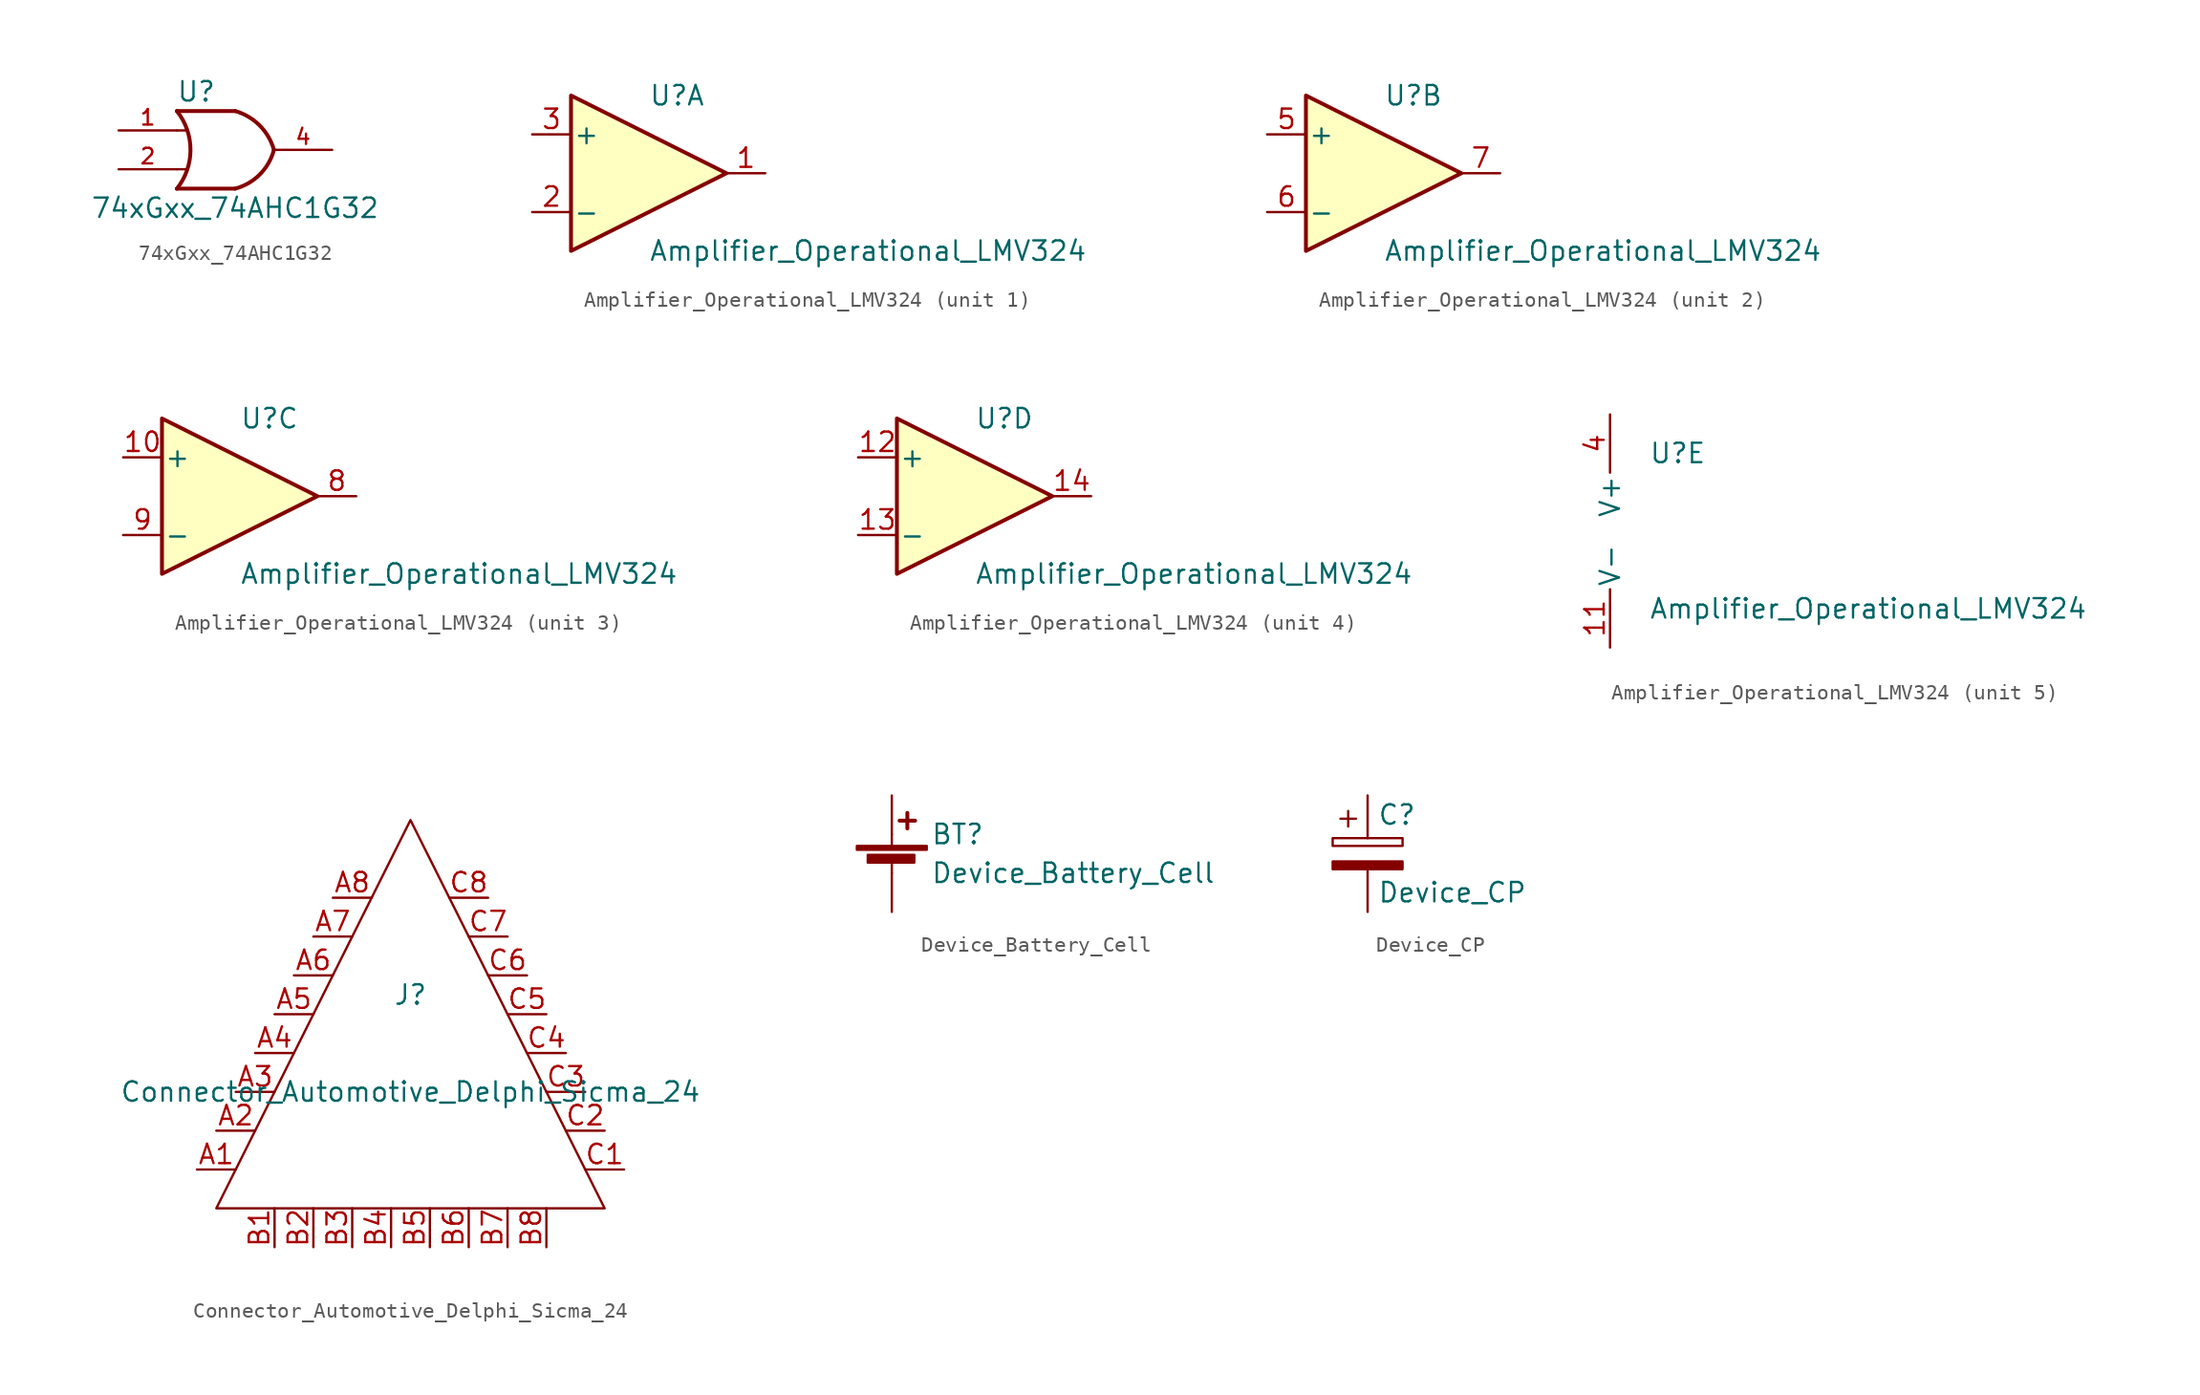
<source format=kicad_sym>
(kicad_symbol_lib
  (version 20241209)
  (generator "kicad_symbol_editor")
  (generator_version "9.0")
  (symbol "74xGxx_74AHC1G32"
    (pin_names
      (offset 1.016))
    (property "Reference" "U"
      (at -2.54 3.81 0)
      (effects (font (size 1.27 1.27))))
    (property "Value" "74xGxx_74AHC1G32"
      (at 0 -3.81 0)
      (effects (font (size 1.27 1.27))))
    (symbol "74xGxx_74AHC1G32_0_1"
      (arc (start -3.81 2.54) (mid -2.919 0) (end -3.81 -2.54) (stroke (width 0.254) (type solid)) (fill (type none)))
      (polyline (pts (xy -3.81 1.27) (xy -3.175 1.27)) (stroke (width 0) (type solid)) (fill (type none)))
      (polyline (pts (xy -3.81 -1.27) (xy -3.175 -1.27)) (stroke (width 0) (type solid)) (fill (type none)))
      (arc (start 2.54 0) (mid 1.6119 -1.6152) (end 0 -2.54) (stroke (width 0.254) (type solid)) (fill (type none)))
      (arc (start 0 2.54) (mid 1.5993 1.6027) (end 2.54 0) (stroke (width 0.254) (type solid)) (fill (type none)))
      (polyline (pts (xy 0 2.54) (xy -3.81 2.54)) (stroke (width 0.254) (type solid)) (fill (type background)))
      (polyline (pts (xy 0 -2.54) (xy -3.81 -2.54)) (stroke (width 0.254) (type solid)) (fill (type background))))
    (symbol "74xGxx_74AHC1G32_1_1"
      (pin input line (at -7.62 1.27 0) (length 3.81) (name "~" (effects (font (size 1.016 1.016)))) (number "1" (effects (font (size 1.016 1.016)))))
      (pin input line (at -7.62 -1.27 0) (length 3.81) (name "~" (effects (font (size 1.016 1.016)))) (number "2" (effects (font (size 1.016 1.016)))))
      (pin power_in line (at 0 2.54 90) (length 0) (hide yes) (name "VCC" (effects (font (size 1.016 1.016)))) (number "5" (effects (font (size 1.016 1.016)))))
      (pin power_in line (at 0 -2.54 270) (length 0) (hide yes) (name "GND" (effects (font (size 1.016 1.016)))) (number "3" (effects (font (size 1.016 1.016)))))
      (pin output line (at 6.35 0 180) (length 3.81) (name "~" (effects (font (size 1.016 1.016)))) (number "4" (effects (font (size 1.016 1.016)))))))
  (symbol "Amplifier_Operational_LMV324"
    (pin_names
      (offset 0.127))
    (property "Reference" "U"
      (at 0 5.08 0)
      (effects (font (size 1.27 1.27)) (justify left)))
    (property "Value" "Amplifier_Operational_LMV324"
      (at 0 -5.08 0)
      (effects (font (size 1.27 1.27)) (justify left)))
    (property "ki_locked" ""
      (at 0 0 0)
      (effects (font (size 1.27 1.27))))
    (symbol "Amplifier_Operational_LMV324_1_1"
      (polyline (pts (xy -5.08 5.08) (xy 5.08 0) (xy -5.08 -5.08) (xy -5.08 5.08)) (stroke (width 0.254) (type solid)) (fill (type background)))
      (pin input line (at -7.62 2.54 0) (length 2.54) (name "+" (effects (font (size 1.27 1.27)))) (number "3" (effects (font (size 1.27 1.27)))))
      (pin input line (at -7.62 -2.54 0) (length 2.54) (name "-" (effects (font (size 1.27 1.27)))) (number "2" (effects (font (size 1.27 1.27)))))
      (pin output line (at 7.62 0 180) (length 2.54) (name "~" (effects (font (size 1.27 1.27)))) (number "1" (effects (font (size 1.27 1.27))))))
    (symbol "Amplifier_Operational_LMV324_2_1"
      (polyline (pts (xy -5.08 5.08) (xy 5.08 0) (xy -5.08 -5.08) (xy -5.08 5.08)) (stroke (width 0.254) (type solid)) (fill (type background)))
      (pin input line (at -7.62 2.54 0) (length 2.54) (name "+" (effects (font (size 1.27 1.27)))) (number "5" (effects (font (size 1.27 1.27)))))
      (pin input line (at -7.62 -2.54 0) (length 2.54) (name "-" (effects (font (size 1.27 1.27)))) (number "6" (effects (font (size 1.27 1.27)))))
      (pin output line (at 7.62 0 180) (length 2.54) (name "~" (effects (font (size 1.27 1.27)))) (number "7" (effects (font (size 1.27 1.27))))))
    (symbol "Amplifier_Operational_LMV324_3_1"
      (polyline (pts (xy -5.08 5.08) (xy 5.08 0) (xy -5.08 -5.08) (xy -5.08 5.08)) (stroke (width 0.254) (type solid)) (fill (type background)))
      (pin input line (at -7.62 2.54 0) (length 2.54) (name "+" (effects (font (size 1.27 1.27)))) (number "10" (effects (font (size 1.27 1.27)))))
      (pin input line (at -7.62 -2.54 0) (length 2.54) (name "-" (effects (font (size 1.27 1.27)))) (number "9" (effects (font (size 1.27 1.27)))))
      (pin output line (at 7.62 0 180) (length 2.54) (name "~" (effects (font (size 1.27 1.27)))) (number "8" (effects (font (size 1.27 1.27))))))
    (symbol "Amplifier_Operational_LMV324_4_1"
      (polyline (pts (xy -5.08 5.08) (xy 5.08 0) (xy -5.08 -5.08) (xy -5.08 5.08)) (stroke (width 0.254) (type solid)) (fill (type background)))
      (pin input line (at -7.62 2.54 0) (length 2.54) (name "+" (effects (font (size 1.27 1.27)))) (number "12" (effects (font (size 1.27 1.27)))))
      (pin input line (at -7.62 -2.54 0) (length 2.54) (name "-" (effects (font (size 1.27 1.27)))) (number "13" (effects (font (size 1.27 1.27)))))
      (pin output line (at 7.62 0 180) (length 2.54) (name "~" (effects (font (size 1.27 1.27)))) (number "14" (effects (font (size 1.27 1.27))))))
    (symbol "Amplifier_Operational_LMV324_5_1"
      (pin power_in line (at -2.54 7.62 270) (length 3.81) (name "V+" (effects (font (size 1.27 1.27)))) (number "4" (effects (font (size 1.27 1.27)))))
      (pin power_in line (at -2.54 -7.62 90) (length 3.81) (name "V-" (effects (font (size 1.27 1.27)))) (number "11" (effects (font (size 1.27 1.27)))))))
  (symbol "Connector_Automotive_Delphi_Sicma_24"
    (pin_names
      (offset 1.016))
    (property "Reference" "J"
      (at 0 1.27 0)
      (effects (font (size 1.27 1.27))))
    (property "Value" "Connector_Automotive_Delphi_Sicma_24"
      (at 0 -5.08 0)
      (effects (font (size 1.27 1.27))))
    (symbol "Connector_Automotive_Delphi_Sicma_24_0_1"
      (polyline (pts (xy -12.7 -12.7) (xy 0 12.7) (xy 12.7 -12.7) (xy -12.7 -12.7)) (stroke (width 0) (type solid)) (fill (type none))))
    (symbol "Connector_Automotive_Delphi_Sicma_24_1_1"
      (pin passive line (at -13.97 -10.16 0) (length 2.54) (name "~" (effects (font (size 1.27 1.27)))) (number "A1" (effects (font (size 1.27 1.27)))))
      (pin passive line (at -12.7 -7.62 0) (length 2.54) (name "~" (effects (font (size 1.27 1.27)))) (number "A2" (effects (font (size 1.27 1.27)))))
      (pin passive line (at -11.43 -5.08 0) (length 2.54) (name "~" (effects (font (size 1.27 1.27)))) (number "A3" (effects (font (size 1.27 1.27)))))
      (pin passive line (at -10.16 -2.54 0) (length 2.54) (name "~" (effects (font (size 1.27 1.27)))) (number "A4" (effects (font (size 1.27 1.27)))))
      (pin passive line (at -8.89 0 0) (length 2.54) (name "~" (effects (font (size 1.27 1.27)))) (number "A5" (effects (font (size 1.27 1.27)))))
      (pin passive line (at -8.89 -15.24 90) (length 2.54) (name "~" (effects (font (size 1.27 1.27)))) (number "B1" (effects (font (size 1.27 1.27)))))
      (pin passive line (at -7.62 2.54 0) (length 2.54) (name "~" (effects (font (size 1.27 1.27)))) (number "A6" (effects (font (size 1.27 1.27)))))
      (pin passive line (at -6.35 5.08 0) (length 2.54) (name "~" (effects (font (size 1.27 1.27)))) (number "A7" (effects (font (size 1.27 1.27)))))
      (pin passive line (at -6.35 -15.24 90) (length 2.54) (name "~" (effects (font (size 1.27 1.27)))) (number "B2" (effects (font (size 1.27 1.27)))))
      (pin passive line (at -5.08 7.62 0) (length 2.54) (name "~" (effects (font (size 1.27 1.27)))) (number "A8" (effects (font (size 1.27 1.27)))))
      (pin passive line (at -3.81 -15.24 90) (length 2.54) (name "~" (effects (font (size 1.27 1.27)))) (number "B3" (effects (font (size 1.27 1.27)))))
      (pin passive line (at -1.27 -15.24 90) (length 2.54) (name "~" (effects (font (size 1.27 1.27)))) (number "B4" (effects (font (size 1.27 1.27)))))
      (pin passive line (at 1.27 -15.24 90) (length 2.54) (name "~" (effects (font (size 1.27 1.27)))) (number "B5" (effects (font (size 1.27 1.27)))))
      (pin passive line (at 3.81 -15.24 90) (length 2.54) (name "~" (effects (font (size 1.27 1.27)))) (number "B6" (effects (font (size 1.27 1.27)))))
      (pin passive line (at 5.08 7.62 180) (length 2.54) (name "~" (effects (font (size 1.27 1.27)))) (number "C8" (effects (font (size 1.27 1.27)))))
      (pin passive line (at 6.35 5.08 180) (length 2.54) (name "~" (effects (font (size 1.27 1.27)))) (number "C7" (effects (font (size 1.27 1.27)))))
      (pin passive line (at 6.35 -15.24 90) (length 2.54) (name "~" (effects (font (size 1.27 1.27)))) (number "B7" (effects (font (size 1.27 1.27)))))
      (pin passive line (at 7.62 2.54 180) (length 2.54) (name "~" (effects (font (size 1.27 1.27)))) (number "C6" (effects (font (size 1.27 1.27)))))
      (pin passive line (at 8.89 0 180) (length 2.54) (name "~" (effects (font (size 1.27 1.27)))) (number "C5" (effects (font (size 1.27 1.27)))))
      (pin passive line (at 8.89 -15.24 90) (length 2.54) (name "~" (effects (font (size 1.27 1.27)))) (number "B8" (effects (font (size 1.27 1.27)))))
      (pin passive line (at 10.16 -2.54 180) (length 2.54) (name "~" (effects (font (size 1.27 1.27)))) (number "C4" (effects (font (size 1.27 1.27)))))
      (pin passive line (at 11.43 -5.08 180) (length 2.54) (name "~" (effects (font (size 1.27 1.27)))) (number "C3" (effects (font (size 1.27 1.27)))))
      (pin passive line (at 12.7 -7.62 180) (length 2.54) (name "~" (effects (font (size 1.27 1.27)))) (number "C2" (effects (font (size 1.27 1.27)))))
      (pin passive line (at 13.97 -10.16 180) (length 2.54) (name "~" (effects (font (size 1.27 1.27)))) (number "C1" (effects (font (size 1.27 1.27)))))))
  (symbol "Device_Battery_Cell"
    (pin_numbers
      (hide yes))
    (pin_names
      (offset 0)
      (hide yes))
    (property "Reference" "BT"
      (at 2.54 2.54 0)
      (effects (font (size 1.27 1.27)) (justify left)))
    (property "Value" "Device_Battery_Cell"
      (at 2.54 0 0)
      (effects (font (size 1.27 1.27)) (justify left)))
    (symbol "Device_Battery_Cell_0_1"
      (rectangle (start -2.286 1.778) (end 2.286 1.524) (stroke (width 0) (type solid)) (fill (type outline)))
      (rectangle (start -1.575 1.194) (end 1.473 0.686) (stroke (width 0) (type solid)) (fill (type outline)))
      (polyline (pts (xy 0 1.778) (xy 0 2.54)) (stroke (width 0) (type solid)) (fill (type none)))
      (polyline (pts (xy 0 0.762) (xy 0 0)) (stroke (width 0) (type solid)) (fill (type none)))
      (polyline (pts (xy 0.508 3.429) (xy 1.524 3.429)) (stroke (width 0.254) (type solid)) (fill (type none)))
      (polyline (pts (xy 1.016 3.937) (xy 1.016 2.921)) (stroke (width 0.254) (type solid)) (fill (type none))))
    (symbol "Device_Battery_Cell_1_1"
      (pin passive line (at 0 5.08 270) (length 2.54) (name "+" (effects (font (size 1.27 1.27)))) (number "1" (effects (font (size 1.27 1.27)))))
      (pin passive line (at 0 -2.54 90) (length 2.54) (name "-" (effects (font (size 1.27 1.27)))) (number "2" (effects (font (size 1.27 1.27)))))))
  (symbol "Device_CP"
    (pin_numbers
      (hide yes))
    (pin_names
      (offset 0.254))
    (property "Reference" "C"
      (at 0.635 2.54 0)
      (effects (font (size 1.27 1.27)) (justify left)))
    (property "Value" "Device_CP"
      (at 0.635 -2.54 0)
      (effects (font (size 1.27 1.27)) (justify left)))
    (symbol "Device_CP_0_1"
      (rectangle (start -2.286 0.508) (end 2.286 1.016) (stroke (width 0) (type solid)) (fill (type none)))
      (polyline (pts (xy -1.778 2.286) (xy -0.762 2.286)) (stroke (width 0) (type solid)) (fill (type none)))
      (polyline (pts (xy -1.27 2.794) (xy -1.27 1.778)) (stroke (width 0) (type solid)) (fill (type none)))
      (rectangle (start 2.286 -0.508) (end -2.286 -1.016) (stroke (width 0) (type solid)) (fill (type outline))))
    (symbol "Device_CP_1_1"
      (pin passive line (at 0 3.81 270) (length 2.794) (name "~" (effects (font (size 1.27 1.27)))) (number "1" (effects (font (size 1.27 1.27)))))
      (pin passive line (at 0 -3.81 90) (length 2.794) (name "~" (effects (font (size 1.27 1.27)))) (number "2" (effects (font (size 1.27 1.27))))))))
</source>
